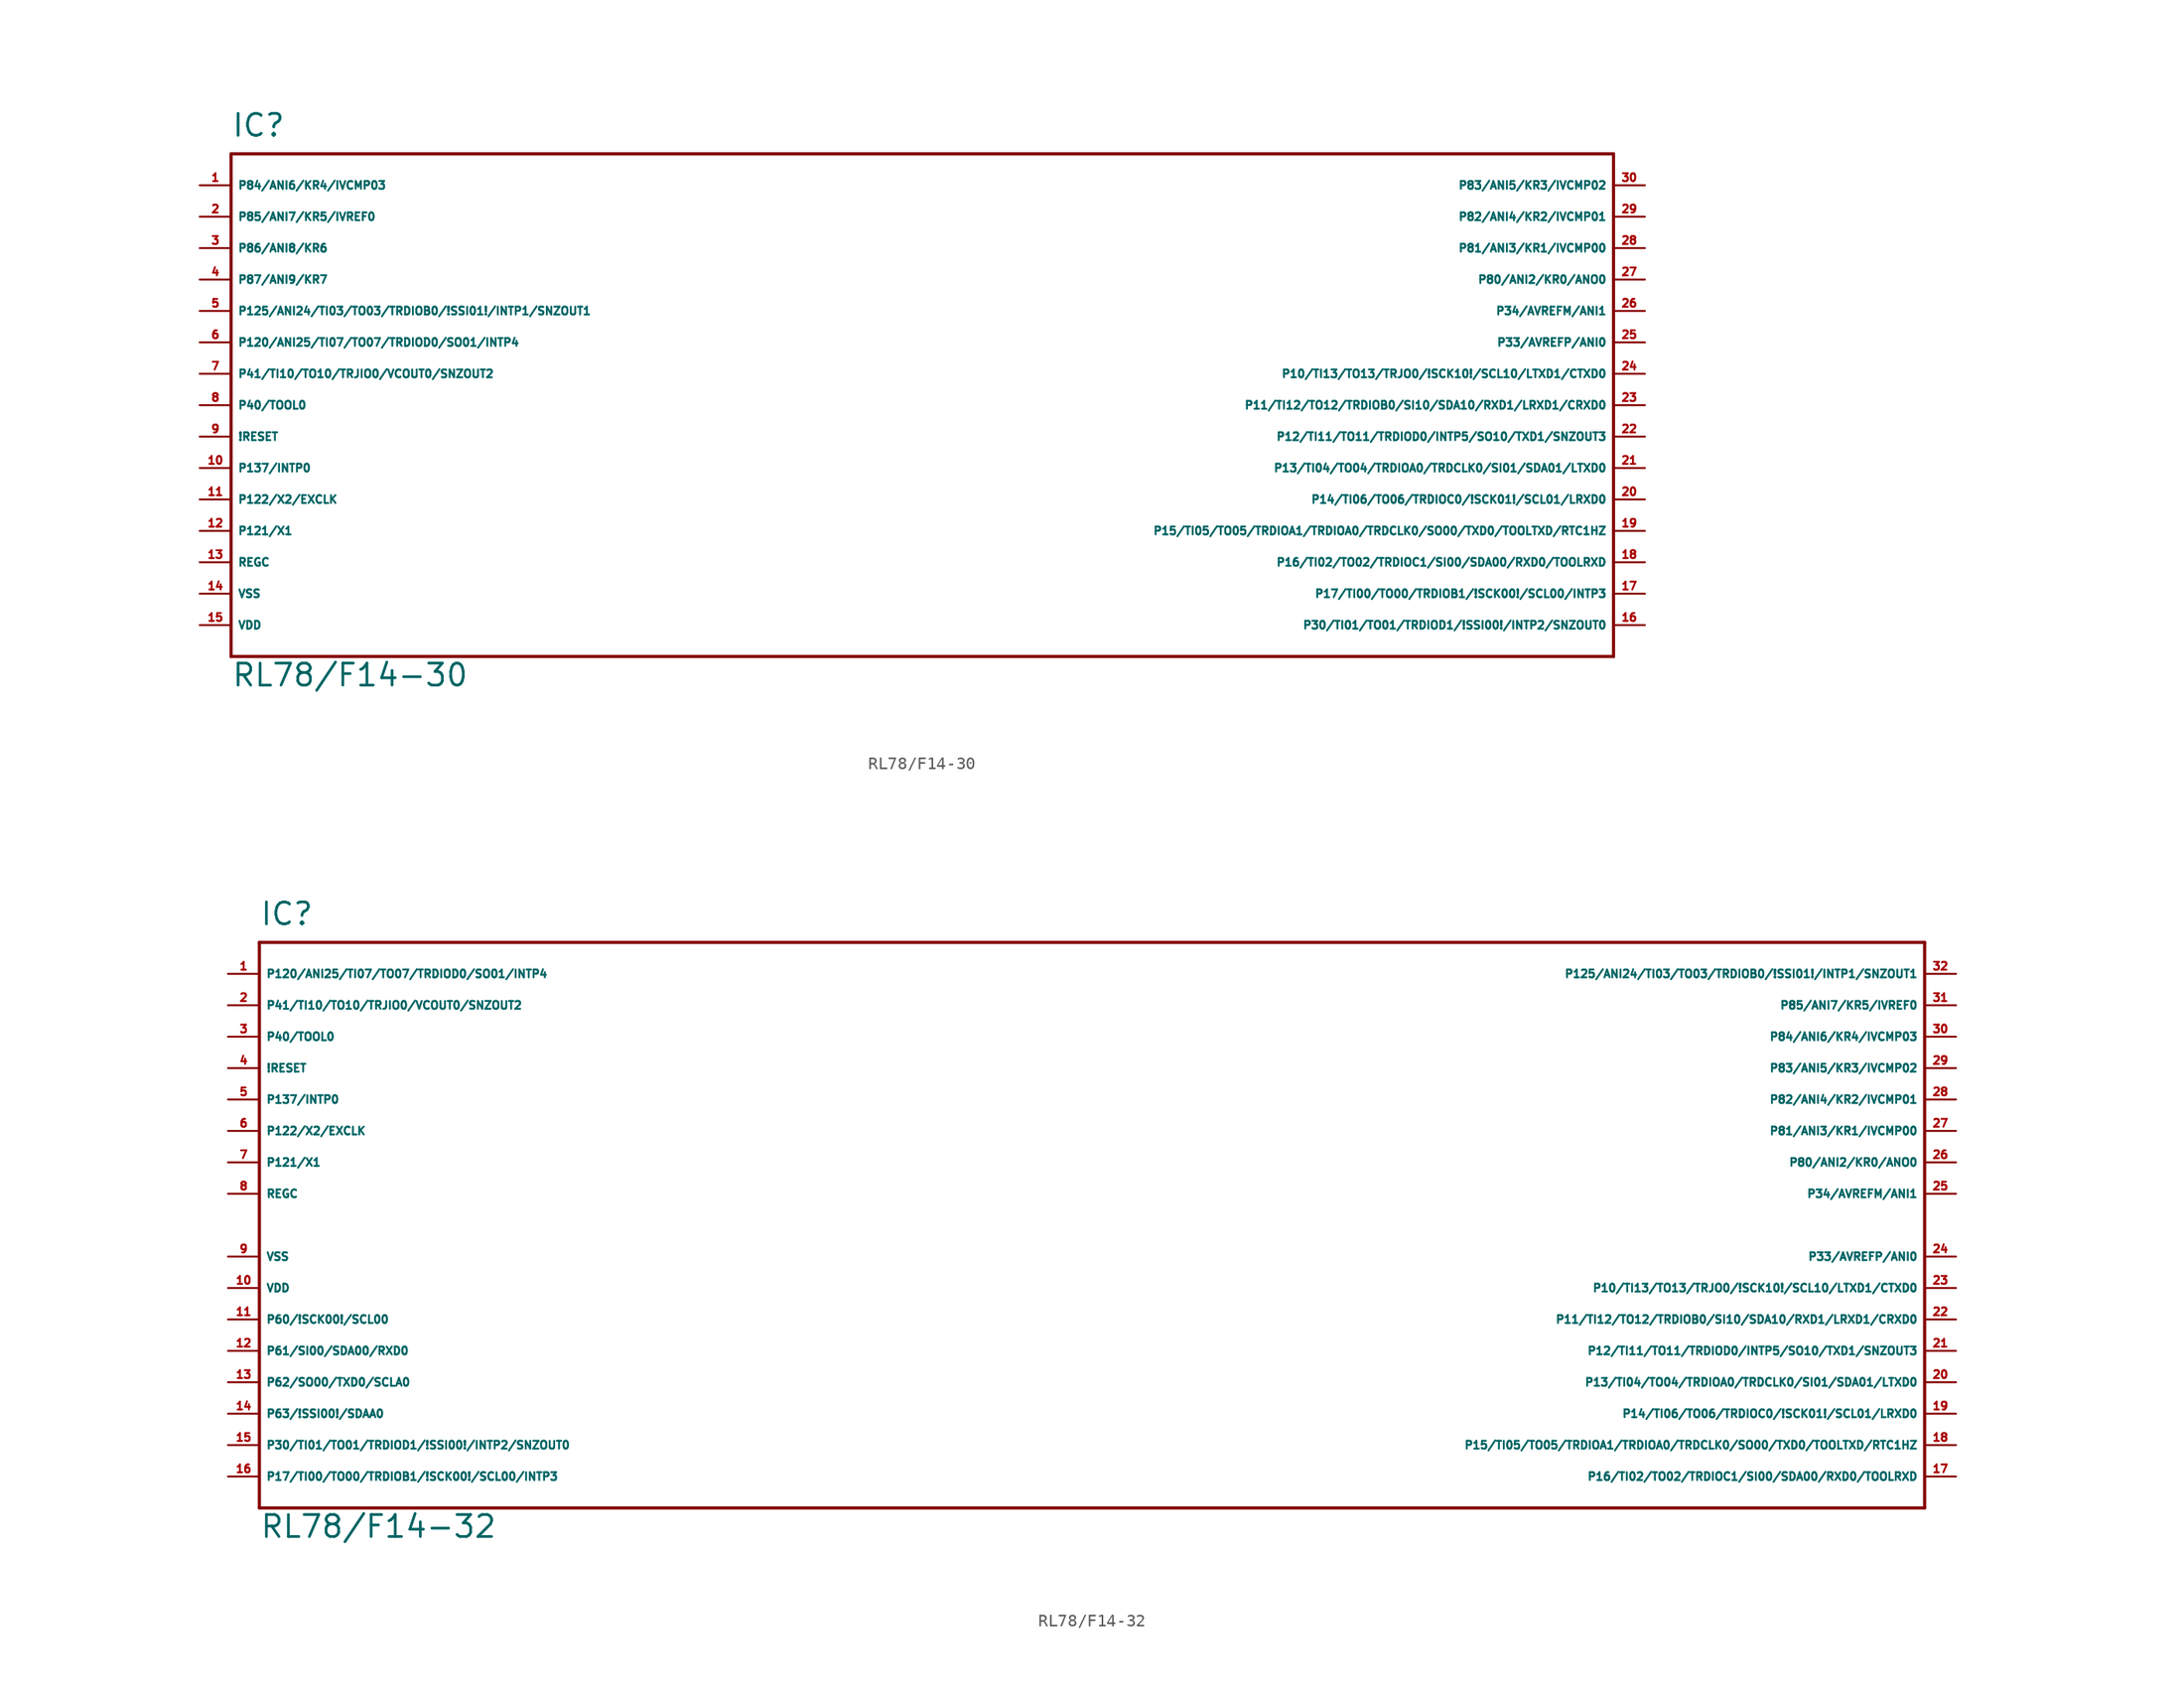
<source format=kicad_sym>
(kicad_symbol_lib
  (version 20220914)
  (generator Eagle2Kicad)
  (symbol "RL78/F14-30"
    (property "Reference" "IC"
      (at -55.88 24.13 0)
      (effects (font (size 1.778 1.778) (thickness 0.22)) (justify left bottom)))
    (property "Value" "RL78/F14-30"
      (at -55.88 -20.32 0)
      (effects (font (size 1.778 1.778) (thickness 0.22)) (justify left bottom)))
    (polyline
      (pts (xy 55.88 22.86) (xy -55.88 22.86))
      (stroke (width 0.254) (type default))
      (fill (type none)))
    (polyline
      (pts (xy -55.88 22.86) (xy -55.88 -17.78))
      (stroke (width 0.254) (type default))
      (fill (type none)))
    (polyline
      (pts (xy -55.88 -17.78) (xy 55.88 -17.78))
      (stroke (width 0.254) (type default))
      (fill (type none)))
    (polyline
      (pts (xy 55.88 -17.78) (xy 55.88 22.86))
      (stroke (width 0.254) (type default))
      (fill (type none)))
    (pin bidirectional line
      (at -58.42 5.08 0)
      (length 2.54)
      (name "P41/TI10/TO10/TRJIO0/VCOUT0/SNZOUT2" (effects (font (size 0.635 0.635) (thickness 0.08)) (justify left bottom)))
      (number "7" (effects (font (size 0.635 0.635) (thickness 0.08)) (justify left bottom))))
    (pin bidirectional line
      (at -58.42 2.54 0)
      (length 2.54)
      (name "P40/TOOL0" (effects (font (size 0.635 0.635) (thickness 0.08)) (justify left bottom)))
      (number "8" (effects (font (size 0.635 0.635) (thickness 0.08)) (justify left bottom))))
    (pin input line
      (at -58.42 0 0)
      (length 2.54)
      (name "!RESET" (effects (font (size 0.635 0.635) (thickness 0.08)) (justify left bottom)))
      (number "9" (effects (font (size 0.635 0.635) (thickness 0.08)) (justify left bottom))))
    (pin input line
      (at -58.42 -2.54 0)
      (length 2.54)
      (name "P137/INTP0" (effects (font (size 0.635 0.635) (thickness 0.08)) (justify left bottom)))
      (number "10" (effects (font (size 0.635 0.635) (thickness 0.08)) (justify left bottom))))
    (pin input line
      (at -58.42 -5.08 0)
      (length 2.54)
      (name "P122/X2/EXCLK" (effects (font (size 0.635 0.635) (thickness 0.08)) (justify left bottom)))
      (number "11" (effects (font (size 0.635 0.635) (thickness 0.08)) (justify left bottom))))
    (pin input line
      (at -58.42 -7.62 0)
      (length 2.54)
      (name "P121/X1" (effects (font (size 0.635 0.635) (thickness 0.08)) (justify left bottom)))
      (number "12" (effects (font (size 0.635 0.635) (thickness 0.08)) (justify left bottom))))
    (pin passive line
      (at -58.42 -10.16 0)
      (length 2.54)
      (name "REGC" (effects (font (size 0.635 0.635) (thickness 0.08)) (justify left bottom)))
      (number "13" (effects (font (size 0.635 0.635) (thickness 0.08)) (justify left bottom))))
    (pin unspecified line
      (at -58.42 -12.7 0)
      (length 2.54)
      (name "VSS" (effects (font (size 0.635 0.635) (thickness 0.08)) (justify left bottom)))
      (number "14" (effects (font (size 0.635 0.635) (thickness 0.08)) (justify left bottom))))
    (pin unspecified line
      (at -58.42 -15.24 0)
      (length 2.54)
      (name "VDD" (effects (font (size 0.635 0.635) (thickness 0.08)) (justify left bottom)))
      (number "15" (effects (font (size 0.635 0.635) (thickness 0.08)) (justify left bottom))))
    (pin bidirectional line
      (at 58.42 12.7 180)
      (length 2.54)
      (name "P80/ANI2/KR0/ANO0" (effects (font (size 0.635 0.635) (thickness 0.08)) (justify left bottom)))
      (number "27" (effects (font (size 0.635 0.635) (thickness 0.08)) (justify left bottom))))
    (pin bidirectional line
      (at 58.42 15.24 180)
      (length 2.54)
      (name "P81/ANI3/KR1/IVCMP00" (effects (font (size 0.635 0.635) (thickness 0.08)) (justify left bottom)))
      (number "28" (effects (font (size 0.635 0.635) (thickness 0.08)) (justify left bottom))))
    (pin bidirectional line
      (at 58.42 17.78 180)
      (length 2.54)
      (name "P82/ANI4/KR2/IVCMP01" (effects (font (size 0.635 0.635) (thickness 0.08)) (justify left bottom)))
      (number "29" (effects (font (size 0.635 0.635) (thickness 0.08)) (justify left bottom))))
    (pin bidirectional line
      (at 58.42 20.32 180)
      (length 2.54)
      (name "P83/ANI5/KR3/IVCMP02" (effects (font (size 0.635 0.635) (thickness 0.08)) (justify left bottom)))
      (number "30" (effects (font (size 0.635 0.635) (thickness 0.08)) (justify left bottom))))
    (pin bidirectional line
      (at 58.42 -15.24 180)
      (length 2.54)
      (name "P30/TI01/TO01/TRDIOD1/!SSI00!/INTP2/SNZOUT0" (effects (font (size 0.635 0.635) (thickness 0.08)) (justify left bottom)))
      (number "16" (effects (font (size 0.635 0.635) (thickness 0.08)) (justify left bottom))))
    (pin bidirectional line
      (at 58.42 -12.7 180)
      (length 2.54)
      (name "P17/TI00/TO00/TRDIOB1/!SCK00!/SCL00/INTP3" (effects (font (size 0.635 0.635) (thickness 0.08)) (justify left bottom)))
      (number "17" (effects (font (size 0.635 0.635) (thickness 0.08)) (justify left bottom))))
    (pin bidirectional line
      (at 58.42 -10.16 180)
      (length 2.54)
      (name "P16/TI02/TO02/TRDIOC1/SI00/SDA00/RXD0/TOOLRXD" (effects (font (size 0.635 0.635) (thickness 0.08)) (justify left bottom)))
      (number "18" (effects (font (size 0.635 0.635) (thickness 0.08)) (justify left bottom))))
    (pin bidirectional line
      (at 58.42 -7.62 180)
      (length 2.54)
      (name "P15/TI05/TO05/TRDIOA1/TRDIOA0/TRDCLK0/SO00/TXD0/TOOLTXD/RTC1HZ" (effects (font (size 0.635 0.635) (thickness 0.08)) (justify left bottom)))
      (number "19" (effects (font (size 0.635 0.635) (thickness 0.08)) (justify left bottom))))
    (pin bidirectional line
      (at 58.42 -5.08 180)
      (length 2.54)
      (name "P14/TI06/TO06/TRDIOC0/!SCK01!/SCL01/LRXD0" (effects (font (size 0.635 0.635) (thickness 0.08)) (justify left bottom)))
      (number "20" (effects (font (size 0.635 0.635) (thickness 0.08)) (justify left bottom))))
    (pin bidirectional line
      (at 58.42 -2.54 180)
      (length 2.54)
      (name "P13/TI04/TO04/TRDIOA0/TRDCLK0/SI01/SDA01/LTXD0" (effects (font (size 0.635 0.635) (thickness 0.08)) (justify left bottom)))
      (number "21" (effects (font (size 0.635 0.635) (thickness 0.08)) (justify left bottom))))
    (pin bidirectional line
      (at 58.42 0 180)
      (length 2.54)
      (name "P12/TI11/TO11/TRDIOD0/INTP5/SO10/TXD1/SNZOUT3" (effects (font (size 0.635 0.635) (thickness 0.08)) (justify left bottom)))
      (number "22" (effects (font (size 0.635 0.635) (thickness 0.08)) (justify left bottom))))
    (pin bidirectional line
      (at 58.42 2.54 180)
      (length 2.54)
      (name "P11/TI12/TO12/TRDIOB0/SI10/SDA10/RXD1/LRXD1/CRXD0" (effects (font (size 0.635 0.635) (thickness 0.08)) (justify left bottom)))
      (number "23" (effects (font (size 0.635 0.635) (thickness 0.08)) (justify left bottom))))
    (pin bidirectional line
      (at 58.42 5.08 180)
      (length 2.54)
      (name "P10/TI13/TO13/TRJO0/!SCK10!/SCL10/LTXD1/CTXD0" (effects (font (size 0.635 0.635) (thickness 0.08)) (justify left bottom)))
      (number "24" (effects (font (size 0.635 0.635) (thickness 0.08)) (justify left bottom))))
    (pin bidirectional line
      (at 58.42 7.62 180)
      (length 2.54)
      (name "P33/AVREFP/ANI0" (effects (font (size 0.635 0.635) (thickness 0.08)) (justify left bottom)))
      (number "25" (effects (font (size 0.635 0.635) (thickness 0.08)) (justify left bottom))))
    (pin bidirectional line
      (at 58.42 10.16 180)
      (length 2.54)
      (name "P34/AVREFM/ANI1" (effects (font (size 0.635 0.635) (thickness 0.08)) (justify left bottom)))
      (number "26" (effects (font (size 0.635 0.635) (thickness 0.08)) (justify left bottom))))
    (pin bidirectional line
      (at -58.42 12.7 0)
      (length 2.54)
      (name "P87/ANI9/KR7" (effects (font (size 0.635 0.635) (thickness 0.08)) (justify left bottom)))
      (number "4" (effects (font (size 0.635 0.635) (thickness 0.08)) (justify left bottom))))
    (pin bidirectional line
      (at -58.42 15.24 0)
      (length 2.54)
      (name "P86/ANI8/KR6" (effects (font (size 0.635 0.635) (thickness 0.08)) (justify left bottom)))
      (number "3" (effects (font (size 0.635 0.635) (thickness 0.08)) (justify left bottom))))
    (pin bidirectional line
      (at -58.42 20.32 0)
      (length 2.54)
      (name "P84/ANI6/KR4/IVCMP03" (effects (font (size 0.635 0.635) (thickness 0.08)) (justify left bottom)))
      (number "1" (effects (font (size 0.635 0.635) (thickness 0.08)) (justify left bottom))))
    (pin bidirectional line
      (at -58.42 17.78 0)
      (length 2.54)
      (name "P85/ANI7/KR5/IVREF0" (effects (font (size 0.635 0.635) (thickness 0.08)) (justify left bottom)))
      (number "2" (effects (font (size 0.635 0.635) (thickness 0.08)) (justify left bottom))))
    (pin bidirectional line
      (at -58.42 10.16 0)
      (length 2.54)
      (name "P125/ANI24/TI03/TO03/TRDIOB0/!SSI01!/INTP1/SNZOUT1" (effects (font (size 0.635 0.635) (thickness 0.08)) (justify left bottom)))
      (number "5" (effects (font (size 0.635 0.635) (thickness 0.08)) (justify left bottom))))
    (pin bidirectional line
      (at -58.42 7.62 0)
      (length 2.54)
      (name "P120/ANI25/TI07/TO07/TRDIOD0/SO01/INTP4" (effects (font (size 0.635 0.635) (thickness 0.08)) (justify left bottom)))
      (number "6" (effects (font (size 0.635 0.635) (thickness 0.08)) (justify left bottom)))))
  (symbol "RL78/F14-32"
    (property "Reference" "IC"
      (at -68.58 24.13 0)
      (effects (font (size 1.778 1.778) (thickness 0.22)) (justify left bottom)))
    (property "Value" "RL78/F14-32"
      (at -68.58 -25.4 0)
      (effects (font (size 1.778 1.778) (thickness 0.22)) (justify left bottom)))
    (polyline
      (pts (xy 66.04 22.86) (xy -68.58 22.86))
      (stroke (width 0.254) (type default))
      (fill (type none)))
    (polyline
      (pts (xy -68.58 22.86) (xy -68.58 -22.86))
      (stroke (width 0.254) (type default))
      (fill (type none)))
    (polyline
      (pts (xy -68.58 -22.86) (xy 66.04 -22.86))
      (stroke (width 0.254) (type default))
      (fill (type none)))
    (polyline
      (pts (xy 66.04 -22.86) (xy 66.04 22.86))
      (stroke (width 0.254) (type default))
      (fill (type none)))
    (pin bidirectional line
      (at -71.12 17.78 0)
      (length 2.54)
      (name "P41/TI10/TO10/TRJIO0/VCOUT0/SNZOUT2" (effects (font (size 0.635 0.635) (thickness 0.08)) (justify left bottom)))
      (number "2" (effects (font (size 0.635 0.635) (thickness 0.08)) (justify left bottom))))
    (pin bidirectional line
      (at -71.12 15.24 0)
      (length 2.54)
      (name "P40/TOOL0" (effects (font (size 0.635 0.635) (thickness 0.08)) (justify left bottom)))
      (number "3" (effects (font (size 0.635 0.635) (thickness 0.08)) (justify left bottom))))
    (pin input line
      (at -71.12 12.7 0)
      (length 2.54)
      (name "!RESET" (effects (font (size 0.635 0.635) (thickness 0.08)) (justify left bottom)))
      (number "4" (effects (font (size 0.635 0.635) (thickness 0.08)) (justify left bottom))))
    (pin input line
      (at -71.12 10.16 0)
      (length 2.54)
      (name "P137/INTP0" (effects (font (size 0.635 0.635) (thickness 0.08)) (justify left bottom)))
      (number "5" (effects (font (size 0.635 0.635) (thickness 0.08)) (justify left bottom))))
    (pin input line
      (at -71.12 7.62 0)
      (length 2.54)
      (name "P122/X2/EXCLK" (effects (font (size 0.635 0.635) (thickness 0.08)) (justify left bottom)))
      (number "6" (effects (font (size 0.635 0.635) (thickness 0.08)) (justify left bottom))))
    (pin input line
      (at -71.12 5.08 0)
      (length 2.54)
      (name "P121/X1" (effects (font (size 0.635 0.635) (thickness 0.08)) (justify left bottom)))
      (number "7" (effects (font (size 0.635 0.635) (thickness 0.08)) (justify left bottom))))
    (pin passive line
      (at -71.12 2.54 0)
      (length 2.54)
      (name "REGC" (effects (font (size 0.635 0.635) (thickness 0.08)) (justify left bottom)))
      (number "8" (effects (font (size 0.635 0.635) (thickness 0.08)) (justify left bottom))))
    (pin unspecified line
      (at -71.12 -2.54 0)
      (length 2.54)
      (name "VSS" (effects (font (size 0.635 0.635) (thickness 0.08)) (justify left bottom)))
      (number "9" (effects (font (size 0.635 0.635) (thickness 0.08)) (justify left bottom))))
    (pin unspecified line
      (at -71.12 -5.08 0)
      (length 2.54)
      (name "VDD" (effects (font (size 0.635 0.635) (thickness 0.08)) (justify left bottom)))
      (number "10" (effects (font (size 0.635 0.635) (thickness 0.08)) (justify left bottom))))
    (pin bidirectional line
      (at -71.12 -7.62 0)
      (length 2.54)
      (name "P60/!SCK00!/SCL00" (effects (font (size 0.635 0.635) (thickness 0.08)) (justify left bottom)))
      (number "11" (effects (font (size 0.635 0.635) (thickness 0.08)) (justify left bottom))))
    (pin bidirectional line
      (at -71.12 -10.16 0)
      (length 2.54)
      (name "P61/SI00/SDA00/RXD0" (effects (font (size 0.635 0.635) (thickness 0.08)) (justify left bottom)))
      (number "12" (effects (font (size 0.635 0.635) (thickness 0.08)) (justify left bottom))))
    (pin bidirectional line
      (at -71.12 -12.7 0)
      (length 2.54)
      (name "P62/SO00/TXD0/SCLA0" (effects (font (size 0.635 0.635) (thickness 0.08)) (justify left bottom)))
      (number "13" (effects (font (size 0.635 0.635) (thickness 0.08)) (justify left bottom))))
    (pin bidirectional line
      (at -71.12 -15.24 0)
      (length 2.54)
      (name "P63/!SSI00!/SDAA0" (effects (font (size 0.635 0.635) (thickness 0.08)) (justify left bottom)))
      (number "14" (effects (font (size 0.635 0.635) (thickness 0.08)) (justify left bottom))))
    (pin bidirectional line
      (at -71.12 -17.78 0)
      (length 2.54)
      (name "P30/TI01/TO01/TRDIOD1/!SSI00!/INTP2/SNZOUT0" (effects (font (size 0.635 0.635) (thickness 0.08)) (justify left bottom)))
      (number "15" (effects (font (size 0.635 0.635) (thickness 0.08)) (justify left bottom))))
    (pin bidirectional line
      (at -71.12 -20.32 0)
      (length 2.54)
      (name "P17/TI00/TO00/TRDIOB1/!SCK00!/SCL00/INTP3" (effects (font (size 0.635 0.635) (thickness 0.08)) (justify left bottom)))
      (number "16" (effects (font (size 0.635 0.635) (thickness 0.08)) (justify left bottom))))
    (pin bidirectional line
      (at 68.58 -20.32 180)
      (length 2.54)
      (name "P16/TI02/TO02/TRDIOC1/SI00/SDA00/RXD0/TOOLRXD" (effects (font (size 0.635 0.635) (thickness 0.08)) (justify left bottom)))
      (number "17" (effects (font (size 0.635 0.635) (thickness 0.08)) (justify left bottom))))
    (pin bidirectional line
      (at 68.58 -17.78 180)
      (length 2.54)
      (name "P15/TI05/TO05/TRDIOA1/TRDIOA0/TRDCLK0/SO00/TXD0/TOOLTXD/RTC1HZ" (effects (font (size 0.635 0.635) (thickness 0.08)) (justify left bottom)))
      (number "18" (effects (font (size 0.635 0.635) (thickness 0.08)) (justify left bottom))))
    (pin bidirectional line
      (at 68.58 -15.24 180)
      (length 2.54)
      (name "P14/TI06/TO06/TRDIOC0/!SCK01!/SCL01/LRXD0" (effects (font (size 0.635 0.635) (thickness 0.08)) (justify left bottom)))
      (number "19" (effects (font (size 0.635 0.635) (thickness 0.08)) (justify left bottom))))
    (pin bidirectional line
      (at 68.58 -12.7 180)
      (length 2.54)
      (name "P13/TI04/TO04/TRDIOA0/TRDCLK0/SI01/SDA01/LTXD0" (effects (font (size 0.635 0.635) (thickness 0.08)) (justify left bottom)))
      (number "20" (effects (font (size 0.635 0.635) (thickness 0.08)) (justify left bottom))))
    (pin bidirectional line
      (at 68.58 -10.16 180)
      (length 2.54)
      (name "P12/TI11/TO11/TRDIOD0/INTP5/SO10/TXD1/SNZOUT3" (effects (font (size 0.635 0.635) (thickness 0.08)) (justify left bottom)))
      (number "21" (effects (font (size 0.635 0.635) (thickness 0.08)) (justify left bottom))))
    (pin bidirectional line
      (at 68.58 -7.62 180)
      (length 2.54)
      (name "P11/TI12/TO12/TRDIOB0/SI10/SDA10/RXD1/LRXD1/CRXD0" (effects (font (size 0.635 0.635) (thickness 0.08)) (justify left bottom)))
      (number "22" (effects (font (size 0.635 0.635) (thickness 0.08)) (justify left bottom))))
    (pin bidirectional line
      (at 68.58 -5.08 180)
      (length 2.54)
      (name "P10/TI13/TO13/TRJO0/!SCK10!/SCL10/LTXD1/CTXD0" (effects (font (size 0.635 0.635) (thickness 0.08)) (justify left bottom)))
      (number "23" (effects (font (size 0.635 0.635) (thickness 0.08)) (justify left bottom))))
    (pin bidirectional line
      (at 68.58 -2.54 180)
      (length 2.54)
      (name "P33/AVREFP/ANI0" (effects (font (size 0.635 0.635) (thickness 0.08)) (justify left bottom)))
      (number "24" (effects (font (size 0.635 0.635) (thickness 0.08)) (justify left bottom))))
    (pin bidirectional line
      (at 68.58 2.54 180)
      (length 2.54)
      (name "P34/AVREFM/ANI1" (effects (font (size 0.635 0.635) (thickness 0.08)) (justify left bottom)))
      (number "25" (effects (font (size 0.635 0.635) (thickness 0.08)) (justify left bottom))))
    (pin bidirectional line
      (at 68.58 5.08 180)
      (length 2.54)
      (name "P80/ANI2/KR0/ANO0" (effects (font (size 0.635 0.635) (thickness 0.08)) (justify left bottom)))
      (number "26" (effects (font (size 0.635 0.635) (thickness 0.08)) (justify left bottom))))
    (pin bidirectional line
      (at 68.58 7.62 180)
      (length 2.54)
      (name "P81/ANI3/KR1/IVCMP00" (effects (font (size 0.635 0.635) (thickness 0.08)) (justify left bottom)))
      (number "27" (effects (font (size 0.635 0.635) (thickness 0.08)) (justify left bottom))))
    (pin bidirectional line
      (at 68.58 10.16 180)
      (length 2.54)
      (name "P82/ANI4/KR2/IVCMP01" (effects (font (size 0.635 0.635) (thickness 0.08)) (justify left bottom)))
      (number "28" (effects (font (size 0.635 0.635) (thickness 0.08)) (justify left bottom))))
    (pin bidirectional line
      (at 68.58 12.7 180)
      (length 2.54)
      (name "P83/ANI5/KR3/IVCMP02" (effects (font (size 0.635 0.635) (thickness 0.08)) (justify left bottom)))
      (number "29" (effects (font (size 0.635 0.635) (thickness 0.08)) (justify left bottom))))
    (pin bidirectional line
      (at 68.58 15.24 180)
      (length 2.54)
      (name "P84/ANI6/KR4/IVCMP03" (effects (font (size 0.635 0.635) (thickness 0.08)) (justify left bottom)))
      (number "30" (effects (font (size 0.635 0.635) (thickness 0.08)) (justify left bottom))))
    (pin bidirectional line
      (at 68.58 17.78 180)
      (length 2.54)
      (name "P85/ANI7/KR5/IVREF0" (effects (font (size 0.635 0.635) (thickness 0.08)) (justify left bottom)))
      (number "31" (effects (font (size 0.635 0.635) (thickness 0.08)) (justify left bottom))))
    (pin bidirectional line
      (at 68.58 20.32 180)
      (length 2.54)
      (name "P125/ANI24/TI03/TO03/TRDIOB0/!SSI01!/INTP1/SNZOUT1" (effects (font (size 0.635 0.635) (thickness 0.08)) (justify left bottom)))
      (number "32" (effects (font (size 0.635 0.635) (thickness 0.08)) (justify left bottom))))
    (pin bidirectional line
      (at -71.12 20.32 0)
      (length 2.54)
      (name "P120/ANI25/TI07/TO07/TRDIOD0/SO01/INTP4" (effects (font (size 0.635 0.635) (thickness 0.08)) (justify left bottom)))
      (number "1" (effects (font (size 0.635 0.635) (thickness 0.08)) (justify left bottom))))))
</source>
